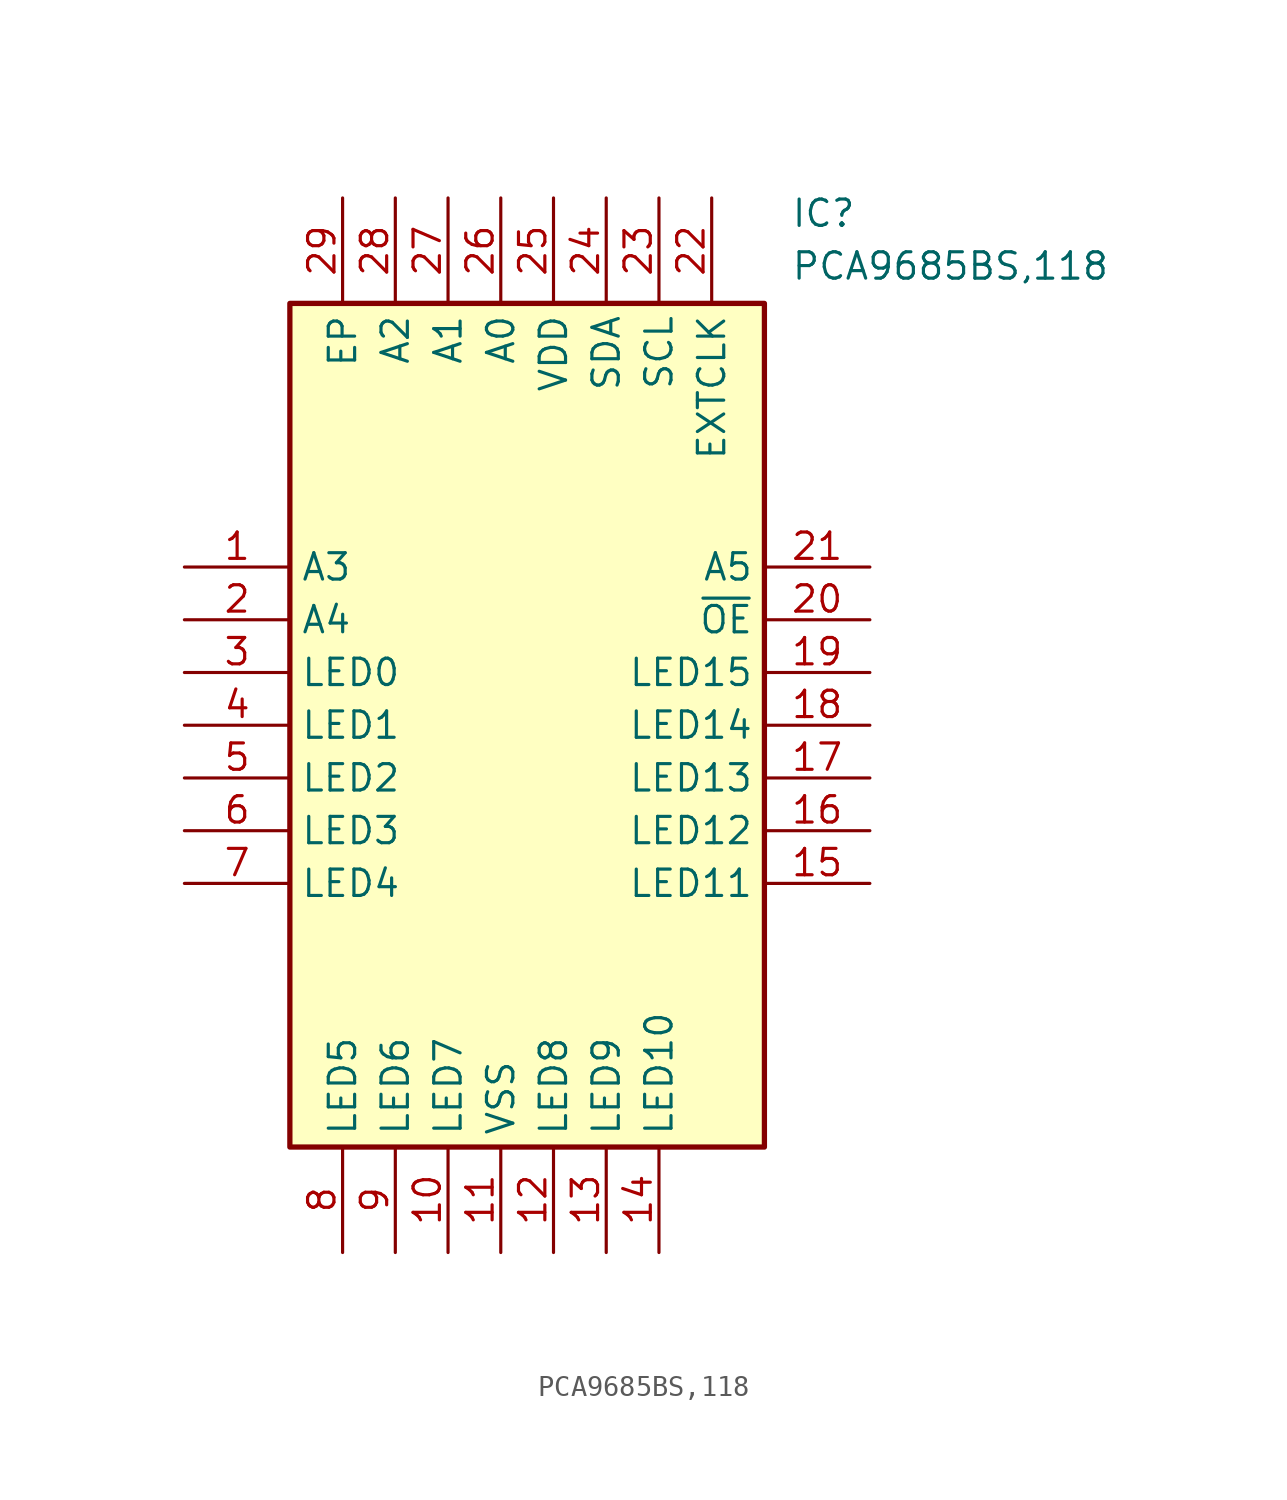
<source format=kicad_sym>
(kicad_symbol_lib
  (version 20211014)
  (generator SamacSys_ECAD_Model)
  (symbol "PCA9685BS,118"
    (property "Reference" "IC"
      (at 29.21 17.78 0)
      (effects (font (size 1.27 1.27)) (justify left top)))
    (property "Value" "PCA9685BS,118"
      (at 29.21 15.24 0)
      (effects (font (size 1.27 1.27)) (justify left top)))
    (rectangle
      (start 5.08 12.7)
      (end 27.94 -27.94)
      (stroke (width 0.254) (type default))
      (fill (type background)))
    (pin passive line
      (at 0 0 0)
      (length 5.08)
      (name "A3" (effects (font (size 1.27 1.27))))
      (number "1" (effects (font (size 1.27 1.27)))))
    (pin passive line
      (at 0 -2.54 0)
      (length 5.08)
      (name "A4" (effects (font (size 1.27 1.27))))
      (number "2" (effects (font (size 1.27 1.27)))))
    (pin passive line
      (at 0 -5.08 0)
      (length 5.08)
      (name "LED0" (effects (font (size 1.27 1.27))))
      (number "3" (effects (font (size 1.27 1.27)))))
    (pin passive line
      (at 0 -7.62 0)
      (length 5.08)
      (name "LED1" (effects (font (size 1.27 1.27))))
      (number "4" (effects (font (size 1.27 1.27)))))
    (pin passive line
      (at 0 -10.16 0)
      (length 5.08)
      (name "LED2" (effects (font (size 1.27 1.27))))
      (number "5" (effects (font (size 1.27 1.27)))))
    (pin passive line
      (at 0 -12.7 0)
      (length 5.08)
      (name "LED3" (effects (font (size 1.27 1.27))))
      (number "6" (effects (font (size 1.27 1.27)))))
    (pin passive line
      (at 0 -15.24 0)
      (length 5.08)
      (name "LED4" (effects (font (size 1.27 1.27))))
      (number "7" (effects (font (size 1.27 1.27)))))
    (pin passive line
      (at 7.62 -33.02 90)
      (length 5.08)
      (name "LED5" (effects (font (size 1.27 1.27))))
      (number "8" (effects (font (size 1.27 1.27)))))
    (pin passive line
      (at 10.16 -33.02 90)
      (length 5.08)
      (name "LED6" (effects (font (size 1.27 1.27))))
      (number "9" (effects (font (size 1.27 1.27)))))
    (pin passive line
      (at 12.7 -33.02 90)
      (length 5.08)
      (name "LED7" (effects (font (size 1.27 1.27))))
      (number "10" (effects (font (size 1.27 1.27)))))
    (pin passive line
      (at 15.24 -33.02 90)
      (length 5.08)
      (name "VSS" (effects (font (size 1.27 1.27))))
      (number "11" (effects (font (size 1.27 1.27)))))
    (pin passive line
      (at 17.78 -33.02 90)
      (length 5.08)
      (name "LED8" (effects (font (size 1.27 1.27))))
      (number "12" (effects (font (size 1.27 1.27)))))
    (pin passive line
      (at 20.32 -33.02 90)
      (length 5.08)
      (name "LED9" (effects (font (size 1.27 1.27))))
      (number "13" (effects (font (size 1.27 1.27)))))
    (pin passive line
      (at 22.86 -33.02 90)
      (length 5.08)
      (name "LED10" (effects (font (size 1.27 1.27))))
      (number "14" (effects (font (size 1.27 1.27)))))
    (pin passive line
      (at 33.02 0 180)
      (length 5.08)
      (name "A5" (effects (font (size 1.27 1.27))))
      (number "21" (effects (font (size 1.27 1.27)))))
    (pin passive line
      (at 33.02 -2.54 180)
      (length 5.08)
      (name "~{OE}" (effects (font (size 1.27 1.27))))
      (number "20" (effects (font (size 1.27 1.27)))))
    (pin passive line
      (at 33.02 -5.08 180)
      (length 5.08)
      (name "LED15" (effects (font (size 1.27 1.27))))
      (number "19" (effects (font (size 1.27 1.27)))))
    (pin passive line
      (at 33.02 -7.62 180)
      (length 5.08)
      (name "LED14" (effects (font (size 1.27 1.27))))
      (number "18" (effects (font (size 1.27 1.27)))))
    (pin passive line
      (at 33.02 -10.16 180)
      (length 5.08)
      (name "LED13" (effects (font (size 1.27 1.27))))
      (number "17" (effects (font (size 1.27 1.27)))))
    (pin passive line
      (at 33.02 -12.7 180)
      (length 5.08)
      (name "LED12" (effects (font (size 1.27 1.27))))
      (number "16" (effects (font (size 1.27 1.27)))))
    (pin passive line
      (at 33.02 -15.24 180)
      (length 5.08)
      (name "LED11" (effects (font (size 1.27 1.27))))
      (number "15" (effects (font (size 1.27 1.27)))))
    (pin passive line
      (at 7.62 17.78 270)
      (length 5.08)
      (name "EP" (effects (font (size 1.27 1.27))))
      (number "29" (effects (font (size 1.27 1.27)))))
    (pin passive line
      (at 10.16 17.78 270)
      (length 5.08)
      (name "A2" (effects (font (size 1.27 1.27))))
      (number "28" (effects (font (size 1.27 1.27)))))
    (pin passive line
      (at 12.7 17.78 270)
      (length 5.08)
      (name "A1" (effects (font (size 1.27 1.27))))
      (number "27" (effects (font (size 1.27 1.27)))))
    (pin passive line
      (at 15.24 17.78 270)
      (length 5.08)
      (name "A0" (effects (font (size 1.27 1.27))))
      (number "26" (effects (font (size 1.27 1.27)))))
    (pin passive line
      (at 17.78 17.78 270)
      (length 5.08)
      (name "VDD" (effects (font (size 1.27 1.27))))
      (number "25" (effects (font (size 1.27 1.27)))))
    (pin passive line
      (at 20.32 17.78 270)
      (length 5.08)
      (name "SDA" (effects (font (size 1.27 1.27))))
      (number "24" (effects (font (size 1.27 1.27)))))
    (pin passive line
      (at 22.86 17.78 270)
      (length 5.08)
      (name "SCL" (effects (font (size 1.27 1.27))))
      (number "23" (effects (font (size 1.27 1.27)))))
    (pin passive line
      (at 25.4 17.78 270)
      (length 5.08)
      (name "EXTCLK" (effects (font (size 1.27 1.27))))
      (number "22" (effects (font (size 1.27 1.27)))))))
</source>
